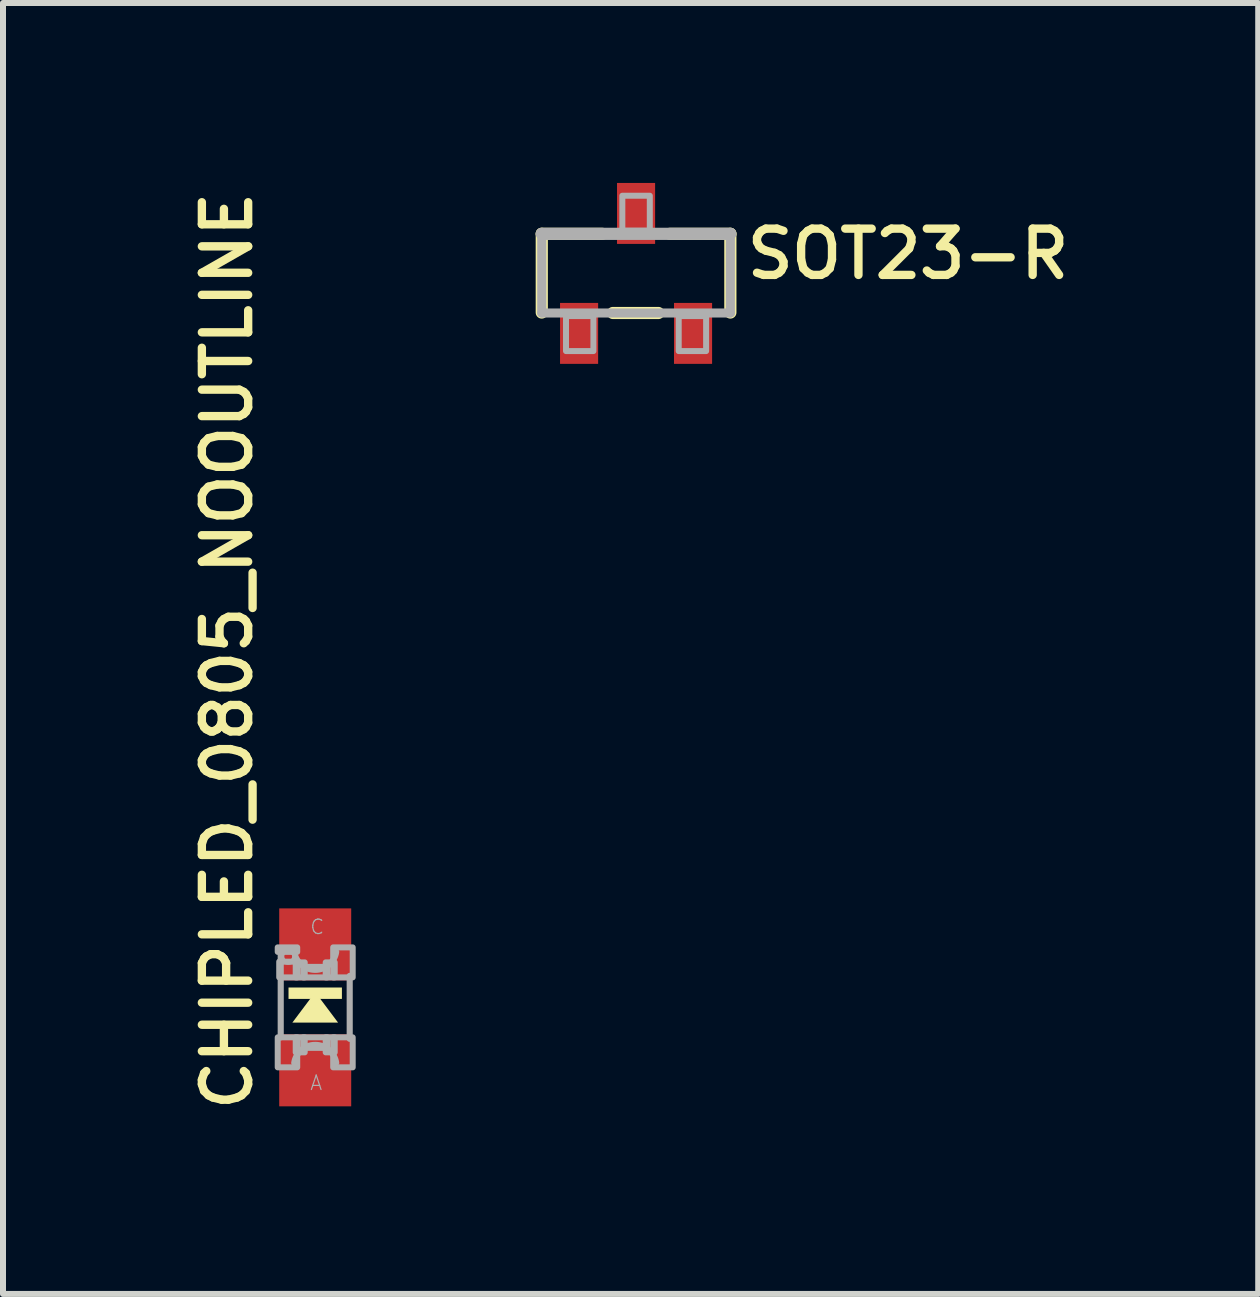
<source format=kicad_pcb>
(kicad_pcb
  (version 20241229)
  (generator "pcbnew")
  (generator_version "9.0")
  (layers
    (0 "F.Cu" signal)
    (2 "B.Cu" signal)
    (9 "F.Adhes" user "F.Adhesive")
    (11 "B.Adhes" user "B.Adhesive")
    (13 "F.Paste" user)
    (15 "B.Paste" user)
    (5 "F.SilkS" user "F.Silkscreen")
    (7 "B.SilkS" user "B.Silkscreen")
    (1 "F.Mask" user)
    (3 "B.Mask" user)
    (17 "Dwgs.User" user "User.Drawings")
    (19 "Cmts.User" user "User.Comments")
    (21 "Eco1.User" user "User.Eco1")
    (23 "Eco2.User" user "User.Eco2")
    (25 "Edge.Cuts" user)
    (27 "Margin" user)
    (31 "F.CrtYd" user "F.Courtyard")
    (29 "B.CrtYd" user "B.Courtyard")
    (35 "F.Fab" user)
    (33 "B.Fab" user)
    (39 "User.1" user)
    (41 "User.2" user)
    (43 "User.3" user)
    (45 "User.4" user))
  (footprint "SOT23-R"
    (layer "F.Cu")
    (at 7.554 1.508)
    (property "Reference" "SOT23-R" (at 1.778 0.127 0) (layer "F.SilkS") (effects (font (size 0.772 0.772) (thickness 0.139)) (justify left bottom)))
    (attr through_hole)
    (fp_line (start -1.572 -0.66) (end -0.564 -0.66) (stroke (width 0.203) (type solid)) (layer "F.SilkS"))
    (fp_line (start -1.572 0.652) (end -1.572 -0.66) (stroke (width 0.203) (type solid)) (layer "F.SilkS"))
    (fp_line (start 0.372 0.66) (end -0.386 0.66) (stroke (width 0.203) (type solid)) (layer "F.SilkS"))
    (fp_line (start 0.564 -0.66) (end 1.572 -0.66) (stroke (width 0.203) (type solid)) (layer "F.SilkS"))
    (fp_line (start 1.572 -0.66) (end 1.572 0.652) (stroke (width 0.203) (type solid)) (layer "F.SilkS"))
    (fp_line (start -1.572 -0.66) (end 1.572 -0.66) (stroke (width 0.203) (type solid)) (layer "F.Fab"))
    (fp_line (start -1.572 0.66) (end -1.572 -0.66) (stroke (width 0.152) (type solid)) (layer "F.Fab"))
    (fp_line (start 1.572 -0.66) (end 1.572 0.66) (stroke (width 0.152) (type solid)) (layer "F.Fab"))
    (fp_line (start 1.572 0.66) (end -1.572 0.66) (stroke (width 0.152) (type solid)) (layer "F.Fab"))
    (fp_poly (pts (xy -1.168 1.295) (xy -0.711 1.295) (xy -0.711 0.711) (xy -1.168 0.711)) (stroke (width 0.1) (type solid)) (fill no) (layer "F.Fab"))
    (fp_poly (pts (xy -0.229 -0.711) (xy 0.229 -0.711) (xy 0.229 -1.295) (xy -0.229 -1.295)) (stroke (width 0.1) (type solid)) (fill no) (layer "F.Fab"))
    (fp_poly (pts (xy 0.711 1.295) (xy 1.168 1.295) (xy 1.168 0.711) (xy 0.711 0.711)) (stroke (width 0.1) (type solid)) (fill no) (layer "F.Fab"))
    (pad "1" smd rect (at -0.95 1) (size 0.635 1.016) (layers "F.Cu" "F.Mask" "F.Paste"))
    (pad "2" smd rect (at 0.95 1) (size 0.635 1.016) (layers "F.Cu" "F.Mask" "F.Paste"))
    (pad "3" smd rect (at 0 -1) (size 0.635 1.016) (layers "F.Cu" "F.Mask" "F.Paste")))
  (footprint "CHIPLED_0805_NOOUTLINE"
    (layer "F.Cu")
    (at 2.205 13.744)
    (property "Reference" "CHIPLED_0805_NOOUTLINE" (at -1.016 1.778 270) (layer "F.SilkS") (effects (font (size 0.772 0.772) (thickness 0.139)) (justify left bottom)))
    (attr through_hole)
    (fp_poly (pts (xy 0 -0.254) (xy -0.381 0.254) (xy 0.381 0.254)) (stroke (width 0) (type solid)) (fill yes) (layer "F.SilkS"))
    (fp_poly (pts (xy -0.445 -0.141) (xy 0.445 -0.141) (xy 0.445 -0.331) (xy -0.445 -0.331)) (stroke (width 0) (type solid)) (fill yes) (layer "F.SilkS"))
    (fp_line (start -0.575 0.5) (end -0.575 -0.925) (stroke (width 0.102) (type solid)) (layer "F.Fab"))
    (fp_line (start 0.575 -0.525) (end 0.575 0.525) (stroke (width 0.102) (type solid)) (layer "F.Fab"))
    (fp_arc (start -0.35 0.925) (mid -0.000001 0.625027) (end 0.35 0.924998) (stroke (width 0.1016) (type solid)) (layer "F.Fab"))
    (fp_arc (start 0.35 -0.924998) (mid -0.000001 -0.625027) (end -0.35 -0.925) (stroke (width 0.1016) (type solid)) (layer "F.Fab"))
    (fp_circle (center -0.45 -0.85) (end -0.347 -0.85) (stroke (width 0.076) (type solid)) (fill no) (layer "F.Fab"))
    (fp_poly (pts (xy -0.625 -0.925) (xy -0.3 -0.925) (xy -0.3 -1) (xy -0.625 -1)) (stroke (width 0.1) (type solid)) (fill no) (layer "F.Fab"))
    (fp_poly (pts (xy -0.625 1) (xy -0.3 1) (xy -0.3 0.5) (xy -0.625 0.5)) (stroke (width 0.1) (type solid)) (fill no) (layer "F.Fab"))
    (fp_poly (pts (xy -0.6 -0.5) (xy -0.3 -0.5) (xy -0.3 -0.762) (xy -0.6 -0.762)) (stroke (width 0.1) (type solid)) (fill no) (layer "F.Fab"))
    (fp_poly (pts (xy -0.325 -0.5) (xy -0.175 -0.5) (xy -0.175 -0.75) (xy -0.325 -0.75)) (stroke (width 0.1) (type solid)) (fill no) (layer "F.Fab"))
    (fp_poly (pts (xy -0.325 0.75) (xy -0.175 0.75) (xy -0.175 0.5) (xy -0.325 0.5)) (stroke (width 0.1) (type solid)) (fill no) (layer "F.Fab"))
    (fp_poly (pts (xy -0.2 -0.5) (xy 0.2 -0.5) (xy 0.2 -0.675) (xy -0.2 -0.675)) (stroke (width 0.1) (type solid)) (fill no) (layer "F.Fab"))
    (fp_poly (pts (xy -0.2 0.675) (xy 0.2 0.675) (xy 0.2 0.5) (xy -0.2 0.5)) (stroke (width 0.1) (type solid)) (fill no) (layer "F.Fab"))
    (fp_poly (pts (xy 0.175 -0.5) (xy 0.325 -0.5) (xy 0.325 -0.75) (xy 0.175 -0.75)) (stroke (width 0.1) (type solid)) (fill no) (layer "F.Fab"))
    (fp_poly (pts (xy 0.175 0.75) (xy 0.325 0.75) (xy 0.325 0.5) (xy 0.175 0.5)) (stroke (width 0.1) (type solid)) (fill no) (layer "F.Fab"))
    (fp_poly (pts (xy 0.3 -0.5) (xy 0.625 -0.5) (xy 0.625 -1) (xy 0.3 -1)) (stroke (width 0.1) (type solid)) (fill no) (layer "F.Fab"))
    (fp_poly (pts (xy 0.3 1) (xy 0.625 1) (xy 0.625 0.5) (xy 0.3 0.5)) (stroke (width 0.1) (type solid)) (fill no) (layer "F.Fab"))
    (fp_text user "A" (at -0.1 1.4 0) (layer "F.Fab") (effects (font (size 0.241 0.241) (thickness 0.02)) (justify left bottom)))
    (fp_text user "C" (at -0.1 -1.2 0) (layer "F.Fab") (effects (font (size 0.241 0.241) (thickness 0.02)) (justify left bottom)))
    (pad "A" smd rect (at 0 1.05) (size 1.2 1.2) (layers "F.Cu" "F.Mask" "F.Paste"))
    (pad "C" smd rect (at 0 -1.05) (size 1.2 1.2) (layers "F.Cu" "F.Mask" "F.Paste")))
  (gr_rect
    (start -3 -3)
    (end 17.926 18.522)
    (stroke (width 0.1) (type default))
    (fill no)
    (layer "Edge.Cuts")))
</source>
